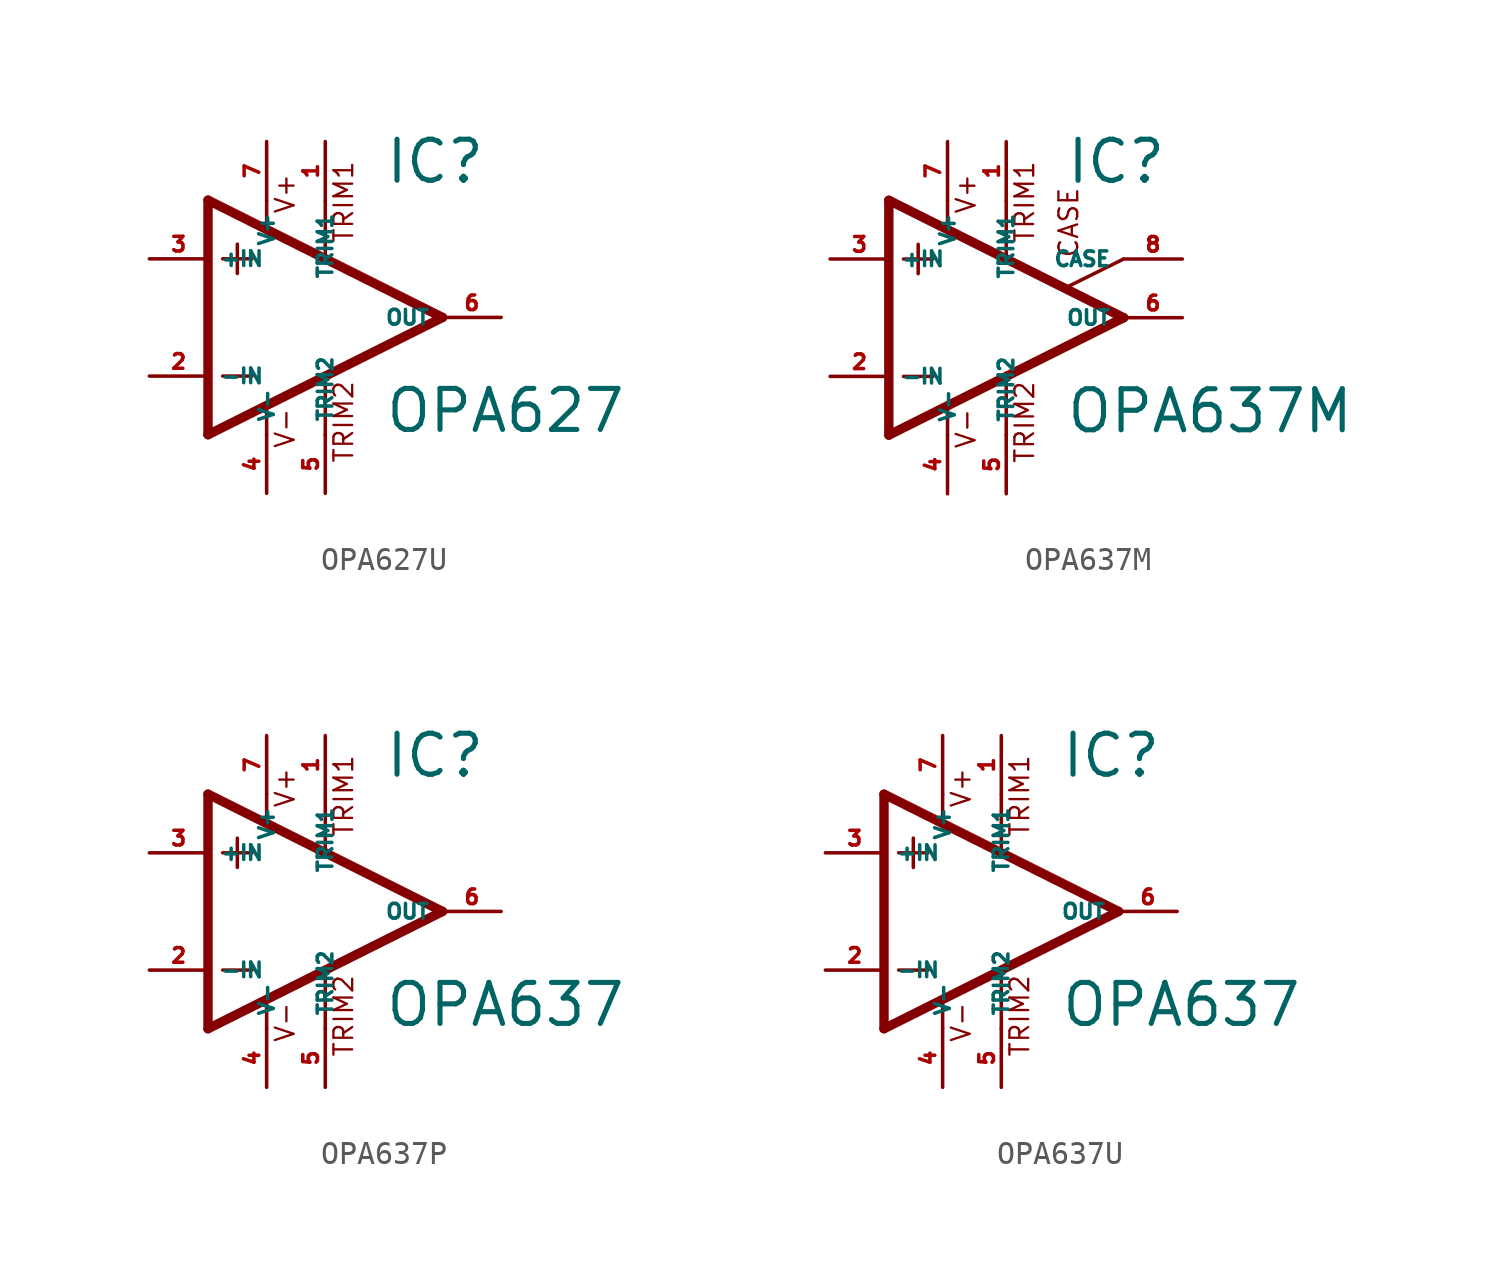
<source format=kicad_sym>
(kicad_symbol_lib
  (version 20220914)
  (generator Eagle2Kicad)
  (symbol "OPA627U"
    (property "Reference" "IC"
      (at 2.54 5.715 0)
      (effects (font (size 1.778 1.778) (thickness 0.22)) (justify left bottom)))
    (property "Value" "OPA627"
      (at 2.54 -5.08 0)
      (effects (font (size 1.778 1.778) (thickness 0.22)) (justify left bottom)))
    (polyline
      (pts (xy -3.81 3.175) (xy -3.81 1.905))
      (stroke (width 0.152) (type default))
      (fill (type none)))
    (polyline
      (pts (xy -4.445 2.54) (xy -3.175 2.54))
      (stroke (width 0.152) (type default))
      (fill (type none)))
    (polyline
      (pts (xy -4.445 -2.54) (xy -3.175 -2.54))
      (stroke (width 0.152) (type default))
      (fill (type none)))
    (polyline
      (pts (xy -2.54 5.08) (xy -2.54 3.886))
      (stroke (width 0.152) (type default))
      (fill (type none)))
    (polyline
      (pts (xy 0 5.055) (xy 0 2.616))
      (stroke (width 0.152) (type default))
      (fill (type none)))
    (polyline
      (pts (xy 0 -2.616) (xy 0 -5.08))
      (stroke (width 0.152) (type default))
      (fill (type none)))
    (polyline
      (pts (xy -2.54 -3.912) (xy -2.54 -5.08))
      (stroke (width 0.152) (type default))
      (fill (type none)))
    (polyline
      (pts (xy 5.08 0) (xy -5.08 5.08))
      (stroke (width 0.406) (type default))
      (fill (type none)))
    (polyline
      (pts (xy -5.08 5.08) (xy -5.08 -5.08))
      (stroke (width 0.406) (type default))
      (fill (type none)))
    (polyline
      (pts (xy -5.08 -5.08) (xy 5.08 0))
      (stroke (width 0.406) (type default))
      (fill (type none)))
    (text "V+"
      (at -1.27 4.445 900)
      (effects (font (size 0.813 0.813) (thickness 0.10)) (justify left bottom)))
    (text "V-"
      (at -1.27 -5.715 900)
      (effects (font (size 0.813 0.813) (thickness 0.10)) (justify left bottom)))
    (text "TRIM1"
      (at 1.27 3.175 900)
      (effects (font (size 0.813 0.813) (thickness 0.10)) (justify left bottom)))
    (text "TRIM2"
      (at 1.27 -6.35 900)
      (effects (font (size 0.813 0.813) (thickness 0.10)) (justify left bottom)))
    (pin passive line
      (at 0 7.62 270)
      (length 2.54)
      (name "TRIM1" (effects (font (size 0.635 0.635) (thickness 0.08)) (justify left bottom)))
      (number "1" (effects (font (size 0.635 0.635) (thickness 0.08)) (justify left bottom))))
    (pin input line
      (at -7.62 -2.54 0)
      (length 2.54)
      (name "-IN" (effects (font (size 0.635 0.635) (thickness 0.08)) (justify left bottom)))
      (number "2" (effects (font (size 0.635 0.635) (thickness 0.08)) (justify left bottom))))
    (pin input line
      (at -7.62 2.54 0)
      (length 2.54)
      (name "+IN" (effects (font (size 0.635 0.635) (thickness 0.08)) (justify left bottom)))
      (number "3" (effects (font (size 0.635 0.635) (thickness 0.08)) (justify left bottom))))
    (pin output line
      (at 7.62 0 180)
      (length 2.54)
      (name "OUT" (effects (font (size 0.635 0.635) (thickness 0.08)) (justify left bottom)))
      (number "6" (effects (font (size 0.635 0.635) (thickness 0.08)) (justify left bottom))))
    (pin passive line
      (at 0 -7.62 90)
      (length 2.54)
      (name "TRIM2" (effects (font (size 0.635 0.635) (thickness 0.08)) (justify left bottom)))
      (number "5" (effects (font (size 0.635 0.635) (thickness 0.08)) (justify left bottom))))
    (pin unspecified line
      (at -2.54 7.62 270)
      (length 2.54)
      (name "V+" (effects (font (size 0.635 0.635) (thickness 0.08)) (justify left bottom)))
      (number "7" (effects (font (size 0.635 0.635) (thickness 0.08)) (justify left bottom))))
    (pin unspecified line
      (at -2.54 -7.62 90)
      (length 2.54)
      (name "V-" (effects (font (size 0.635 0.635) (thickness 0.08)) (justify left bottom)))
      (number "4" (effects (font (size 0.635 0.635) (thickness 0.08)) (justify left bottom)))))
  (symbol "OPA637M"
    (property "Reference" "IC"
      (at 2.54 5.715 0)
      (effects (font (size 1.778 1.778) (thickness 0.22)) (justify left bottom)))
    (property "Value" "OPA637M"
      (at 2.54 -5.08 0)
      (effects (font (size 1.778 1.778) (thickness 0.22)) (justify left bottom)))
    (polyline
      (pts (xy -3.81 3.175) (xy -3.81 1.905))
      (stroke (width 0.152) (type default))
      (fill (type none)))
    (polyline
      (pts (xy -4.445 2.54) (xy -3.175 2.54))
      (stroke (width 0.152) (type default))
      (fill (type none)))
    (polyline
      (pts (xy -4.445 -2.54) (xy -3.175 -2.54))
      (stroke (width 0.152) (type default))
      (fill (type none)))
    (polyline
      (pts (xy -2.54 5.08) (xy -2.54 3.886))
      (stroke (width 0.152) (type default))
      (fill (type none)))
    (polyline
      (pts (xy 0 5.055) (xy 0 2.616))
      (stroke (width 0.152) (type default))
      (fill (type none)))
    (polyline
      (pts (xy 0 -2.616) (xy 0 -5.08))
      (stroke (width 0.152) (type default))
      (fill (type none)))
    (polyline
      (pts (xy -2.54 -3.912) (xy -2.54 -5.08))
      (stroke (width 0.152) (type default))
      (fill (type none)))
    (polyline
      (pts (xy 5.08 2.54) (xy 2.616 1.321))
      (stroke (width 0.152) (type default))
      (fill (type none)))
    (polyline
      (pts (xy 5.08 0) (xy -5.08 5.08))
      (stroke (width 0.406) (type default))
      (fill (type none)))
    (polyline
      (pts (xy -5.08 5.08) (xy -5.08 -5.08))
      (stroke (width 0.406) (type default))
      (fill (type none)))
    (polyline
      (pts (xy -5.08 -5.08) (xy 5.08 0))
      (stroke (width 0.406) (type default))
      (fill (type none)))
    (text "V+"
      (at -1.27 4.445 900)
      (effects (font (size 0.813 0.813) (thickness 0.10)) (justify left bottom)))
    (text "V-"
      (at -1.27 -5.715 900)
      (effects (font (size 0.813 0.813) (thickness 0.10)) (justify left bottom)))
    (text "TRIM2"
      (at 1.27 -6.35 900)
      (effects (font (size 0.813 0.813) (thickness 0.10)) (justify left bottom)))
    (text "CASE"
      (at 3.175 2.54 900)
      (effects (font (size 0.813 0.813) (thickness 0.10)) (justify left bottom)))
    (text "TRIM1"
      (at 1.27 3.175 900)
      (effects (font (size 0.813 0.813) (thickness 0.10)) (justify left bottom)))
    (pin passive line
      (at 7.62 2.54 180)
      (length 2.54)
      (name "CASE" (effects (font (size 0.635 0.635) (thickness 0.08)) (justify left bottom)))
      (number "8" (effects (font (size 0.635 0.635) (thickness 0.08)) (justify left bottom))))
    (pin passive line
      (at 0 7.62 270)
      (length 2.54)
      (name "TRIM1" (effects (font (size 0.635 0.635) (thickness 0.08)) (justify left bottom)))
      (number "1" (effects (font (size 0.635 0.635) (thickness 0.08)) (justify left bottom))))
    (pin input line
      (at -7.62 -2.54 0)
      (length 2.54)
      (name "-IN" (effects (font (size 0.635 0.635) (thickness 0.08)) (justify left bottom)))
      (number "2" (effects (font (size 0.635 0.635) (thickness 0.08)) (justify left bottom))))
    (pin input line
      (at -7.62 2.54 0)
      (length 2.54)
      (name "+IN" (effects (font (size 0.635 0.635) (thickness 0.08)) (justify left bottom)))
      (number "3" (effects (font (size 0.635 0.635) (thickness 0.08)) (justify left bottom))))
    (pin output line
      (at 7.62 0 180)
      (length 2.54)
      (name "OUT" (effects (font (size 0.635 0.635) (thickness 0.08)) (justify left bottom)))
      (number "6" (effects (font (size 0.635 0.635) (thickness 0.08)) (justify left bottom))))
    (pin passive line
      (at 0 -7.62 90)
      (length 2.54)
      (name "TRIM2" (effects (font (size 0.635 0.635) (thickness 0.08)) (justify left bottom)))
      (number "5" (effects (font (size 0.635 0.635) (thickness 0.08)) (justify left bottom))))
    (pin unspecified line
      (at -2.54 7.62 270)
      (length 2.54)
      (name "V+" (effects (font (size 0.635 0.635) (thickness 0.08)) (justify left bottom)))
      (number "7" (effects (font (size 0.635 0.635) (thickness 0.08)) (justify left bottom))))
    (pin unspecified line
      (at -2.54 -7.62 90)
      (length 2.54)
      (name "V-" (effects (font (size 0.635 0.635) (thickness 0.08)) (justify left bottom)))
      (number "4" (effects (font (size 0.635 0.635) (thickness 0.08)) (justify left bottom)))))
  (symbol "OPA637P"
    (property "Reference" "IC"
      (at 2.54 5.715 0)
      (effects (font (size 1.778 1.778) (thickness 0.22)) (justify left bottom)))
    (property "Value" "OPA637"
      (at 2.54 -5.08 0)
      (effects (font (size 1.778 1.778) (thickness 0.22)) (justify left bottom)))
    (polyline
      (pts (xy -3.81 3.175) (xy -3.81 1.905))
      (stroke (width 0.152) (type default))
      (fill (type none)))
    (polyline
      (pts (xy -4.445 2.54) (xy -3.175 2.54))
      (stroke (width 0.152) (type default))
      (fill (type none)))
    (polyline
      (pts (xy -4.445 -2.54) (xy -3.175 -2.54))
      (stroke (width 0.152) (type default))
      (fill (type none)))
    (polyline
      (pts (xy -2.54 5.08) (xy -2.54 3.886))
      (stroke (width 0.152) (type default))
      (fill (type none)))
    (polyline
      (pts (xy 0 5.055) (xy 0 2.616))
      (stroke (width 0.152) (type default))
      (fill (type none)))
    (polyline
      (pts (xy 0 -2.616) (xy 0 -5.08))
      (stroke (width 0.152) (type default))
      (fill (type none)))
    (polyline
      (pts (xy -2.54 -3.912) (xy -2.54 -5.08))
      (stroke (width 0.152) (type default))
      (fill (type none)))
    (polyline
      (pts (xy 5.08 0) (xy -5.08 5.08))
      (stroke (width 0.406) (type default))
      (fill (type none)))
    (polyline
      (pts (xy -5.08 5.08) (xy -5.08 -5.08))
      (stroke (width 0.406) (type default))
      (fill (type none)))
    (polyline
      (pts (xy -5.08 -5.08) (xy 5.08 0))
      (stroke (width 0.406) (type default))
      (fill (type none)))
    (text "V+"
      (at -1.27 4.445 900)
      (effects (font (size 0.813 0.813) (thickness 0.10)) (justify left bottom)))
    (text "V-"
      (at -1.27 -5.715 900)
      (effects (font (size 0.813 0.813) (thickness 0.10)) (justify left bottom)))
    (text "TRIM1"
      (at 1.27 3.175 900)
      (effects (font (size 0.813 0.813) (thickness 0.10)) (justify left bottom)))
    (text "TRIM2"
      (at 1.27 -6.35 900)
      (effects (font (size 0.813 0.813) (thickness 0.10)) (justify left bottom)))
    (pin passive line
      (at 0 7.62 270)
      (length 2.54)
      (name "TRIM1" (effects (font (size 0.635 0.635) (thickness 0.08)) (justify left bottom)))
      (number "1" (effects (font (size 0.635 0.635) (thickness 0.08)) (justify left bottom))))
    (pin input line
      (at -7.62 -2.54 0)
      (length 2.54)
      (name "-IN" (effects (font (size 0.635 0.635) (thickness 0.08)) (justify left bottom)))
      (number "2" (effects (font (size 0.635 0.635) (thickness 0.08)) (justify left bottom))))
    (pin input line
      (at -7.62 2.54 0)
      (length 2.54)
      (name "+IN" (effects (font (size 0.635 0.635) (thickness 0.08)) (justify left bottom)))
      (number "3" (effects (font (size 0.635 0.635) (thickness 0.08)) (justify left bottom))))
    (pin output line
      (at 7.62 0 180)
      (length 2.54)
      (name "OUT" (effects (font (size 0.635 0.635) (thickness 0.08)) (justify left bottom)))
      (number "6" (effects (font (size 0.635 0.635) (thickness 0.08)) (justify left bottom))))
    (pin passive line
      (at 0 -7.62 90)
      (length 2.54)
      (name "TRIM2" (effects (font (size 0.635 0.635) (thickness 0.08)) (justify left bottom)))
      (number "5" (effects (font (size 0.635 0.635) (thickness 0.08)) (justify left bottom))))
    (pin unspecified line
      (at -2.54 7.62 270)
      (length 2.54)
      (name "V+" (effects (font (size 0.635 0.635) (thickness 0.08)) (justify left bottom)))
      (number "7" (effects (font (size 0.635 0.635) (thickness 0.08)) (justify left bottom))))
    (pin unspecified line
      (at -2.54 -7.62 90)
      (length 2.54)
      (name "V-" (effects (font (size 0.635 0.635) (thickness 0.08)) (justify left bottom)))
      (number "4" (effects (font (size 0.635 0.635) (thickness 0.08)) (justify left bottom)))))
  (symbol "OPA637U"
    (property "Reference" "IC"
      (at 2.54 5.715 0)
      (effects (font (size 1.778 1.778) (thickness 0.22)) (justify left bottom)))
    (property "Value" "OPA637"
      (at 2.54 -5.08 0)
      (effects (font (size 1.778 1.778) (thickness 0.22)) (justify left bottom)))
    (polyline
      (pts (xy -3.81 3.175) (xy -3.81 1.905))
      (stroke (width 0.152) (type default))
      (fill (type none)))
    (polyline
      (pts (xy -4.445 2.54) (xy -3.175 2.54))
      (stroke (width 0.152) (type default))
      (fill (type none)))
    (polyline
      (pts (xy -4.445 -2.54) (xy -3.175 -2.54))
      (stroke (width 0.152) (type default))
      (fill (type none)))
    (polyline
      (pts (xy -2.54 5.08) (xy -2.54 3.886))
      (stroke (width 0.152) (type default))
      (fill (type none)))
    (polyline
      (pts (xy 0 5.055) (xy 0 2.616))
      (stroke (width 0.152) (type default))
      (fill (type none)))
    (polyline
      (pts (xy 0 -2.616) (xy 0 -5.08))
      (stroke (width 0.152) (type default))
      (fill (type none)))
    (polyline
      (pts (xy -2.54 -3.912) (xy -2.54 -5.08))
      (stroke (width 0.152) (type default))
      (fill (type none)))
    (polyline
      (pts (xy 5.08 0) (xy -5.08 5.08))
      (stroke (width 0.406) (type default))
      (fill (type none)))
    (polyline
      (pts (xy -5.08 5.08) (xy -5.08 -5.08))
      (stroke (width 0.406) (type default))
      (fill (type none)))
    (polyline
      (pts (xy -5.08 -5.08) (xy 5.08 0))
      (stroke (width 0.406) (type default))
      (fill (type none)))
    (text "V+"
      (at -1.27 4.445 900)
      (effects (font (size 0.813 0.813) (thickness 0.10)) (justify left bottom)))
    (text "V-"
      (at -1.27 -5.715 900)
      (effects (font (size 0.813 0.813) (thickness 0.10)) (justify left bottom)))
    (text "TRIM1"
      (at 1.27 3.175 900)
      (effects (font (size 0.813 0.813) (thickness 0.10)) (justify left bottom)))
    (text "TRIM2"
      (at 1.27 -6.35 900)
      (effects (font (size 0.813 0.813) (thickness 0.10)) (justify left bottom)))
    (pin passive line
      (at 0 7.62 270)
      (length 2.54)
      (name "TRIM1" (effects (font (size 0.635 0.635) (thickness 0.08)) (justify left bottom)))
      (number "1" (effects (font (size 0.635 0.635) (thickness 0.08)) (justify left bottom))))
    (pin input line
      (at -7.62 -2.54 0)
      (length 2.54)
      (name "-IN" (effects (font (size 0.635 0.635) (thickness 0.08)) (justify left bottom)))
      (number "2" (effects (font (size 0.635 0.635) (thickness 0.08)) (justify left bottom))))
    (pin input line
      (at -7.62 2.54 0)
      (length 2.54)
      (name "+IN" (effects (font (size 0.635 0.635) (thickness 0.08)) (justify left bottom)))
      (number "3" (effects (font (size 0.635 0.635) (thickness 0.08)) (justify left bottom))))
    (pin output line
      (at 7.62 0 180)
      (length 2.54)
      (name "OUT" (effects (font (size 0.635 0.635) (thickness 0.08)) (justify left bottom)))
      (number "6" (effects (font (size 0.635 0.635) (thickness 0.08)) (justify left bottom))))
    (pin passive line
      (at 0 -7.62 90)
      (length 2.54)
      (name "TRIM2" (effects (font (size 0.635 0.635) (thickness 0.08)) (justify left bottom)))
      (number "5" (effects (font (size 0.635 0.635) (thickness 0.08)) (justify left bottom))))
    (pin unspecified line
      (at -2.54 7.62 270)
      (length 2.54)
      (name "V+" (effects (font (size 0.635 0.635) (thickness 0.08)) (justify left bottom)))
      (number "7" (effects (font (size 0.635 0.635) (thickness 0.08)) (justify left bottom))))
    (pin unspecified line
      (at -2.54 -7.62 90)
      (length 2.54)
      (name "V-" (effects (font (size 0.635 0.635) (thickness 0.08)) (justify left bottom)))
      (number "4" (effects (font (size 0.635 0.635) (thickness 0.08)) (justify left bottom))))))
</source>
